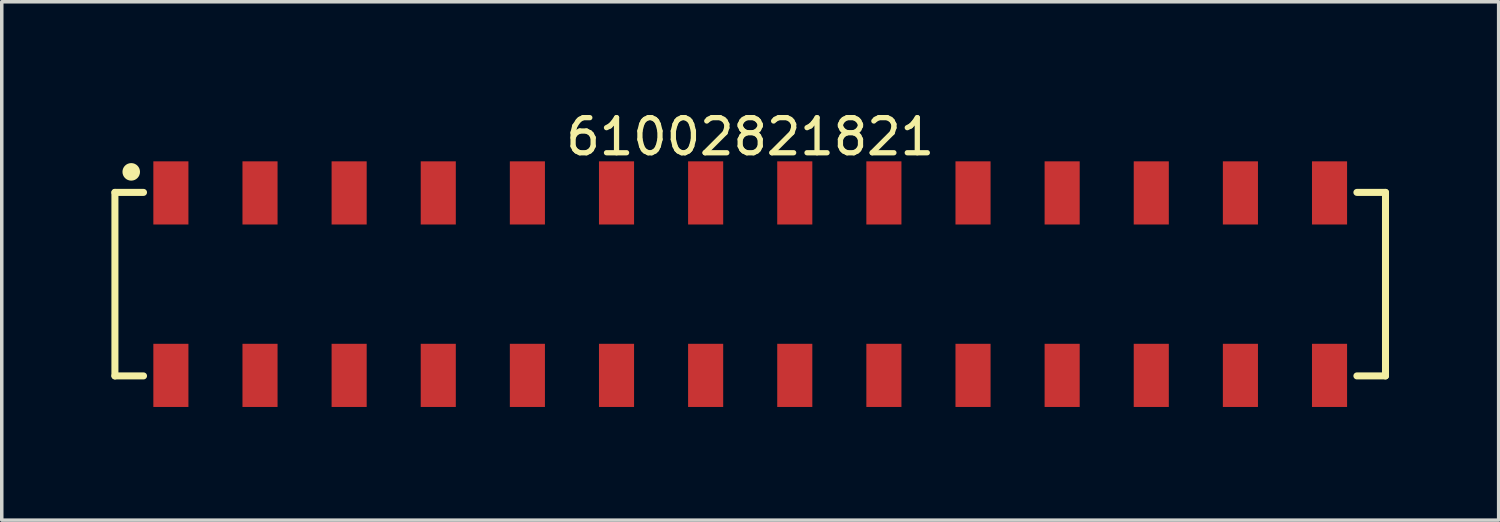
<source format=kicad_pcb>
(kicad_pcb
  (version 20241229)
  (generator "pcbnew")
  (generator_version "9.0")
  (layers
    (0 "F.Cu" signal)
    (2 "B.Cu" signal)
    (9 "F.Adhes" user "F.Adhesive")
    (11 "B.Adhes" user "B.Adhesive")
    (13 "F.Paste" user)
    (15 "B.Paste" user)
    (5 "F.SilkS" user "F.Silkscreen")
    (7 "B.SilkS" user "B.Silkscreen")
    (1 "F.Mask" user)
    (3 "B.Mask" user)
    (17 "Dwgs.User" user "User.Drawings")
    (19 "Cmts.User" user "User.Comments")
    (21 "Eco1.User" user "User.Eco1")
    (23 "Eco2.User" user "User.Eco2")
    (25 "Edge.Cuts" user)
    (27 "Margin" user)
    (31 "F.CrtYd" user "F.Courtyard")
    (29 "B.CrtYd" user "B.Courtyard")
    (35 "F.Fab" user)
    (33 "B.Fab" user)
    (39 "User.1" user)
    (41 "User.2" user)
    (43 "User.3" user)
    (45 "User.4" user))
  (footprint "61002821821"
    (layer "F.Cu")
    (at 18.33 5.048)
    (property "Reference" "61002821821" (at 0 -4.2 0) (layer "F.SilkS") (effects (font (size 1 1) (thickness 0.15))))
    (fp_line (start -18.105 -2.615) (end -17.29 -2.615) (stroke (width 0.2) (type solid)) (layer "F.SilkS"))
    (fp_line (start -18.105 2.615) (end -18.105 -2.615) (stroke (width 0.2) (type solid)) (layer "F.SilkS"))
    (fp_line (start -18.105 2.615) (end -17.29 2.615) (stroke (width 0.2) (type solid)) (layer "F.SilkS"))
    (fp_line (start 17.29 -2.615) (end 18.105 -2.615) (stroke (width 0.2) (type solid)) (layer "F.SilkS"))
    (fp_line (start 17.29 2.615) (end 18.105 2.615) (stroke (width 0.2) (type solid)) (layer "F.SilkS"))
    (fp_line (start 18.105 2.615) (end 18.105 -2.615) (stroke (width 0.2) (type solid)) (layer "F.SilkS"))
    (fp_circle (center -17.64 -3.2) (end -17.64 -3.325) (stroke (width 0.25) (type solid)) (fill no) (layer "F.SilkS"))
    (fp_line (start -18.305 -3.7) (end 18.305 -3.7) (stroke (width 0.05) (type solid)) (layer "Eco2.User"))
    (fp_line (start -18.305 3.7) (end -18.305 -3.7) (stroke (width 0.05) (type solid)) (layer "Eco2.User"))
    (fp_line (start -18.305 3.7) (end 18.305 3.7) (stroke (width 0.05) (type solid)) (layer "Eco2.User"))
    (fp_line (start -18.03 -2.54) (end 18.03 -2.54) (stroke (width 0.1) (type solid)) (layer "Eco2.User"))
    (fp_line (start -18.03 2.54) (end -18.03 -2.54) (stroke (width 0.1) (type solid)) (layer "Eco2.User"))
    (fp_line (start -18.03 2.54) (end 18.03 2.54) (stroke (width 0.1) (type solid)) (layer "Eco2.User"))
    (fp_line (start -16.83 -3.35) (end -16.19 -3.35) (stroke (width 0.1) (type solid)) (layer "Eco2.User"))
    (fp_line (start -16.83 -2.54) (end -16.83 -3.35) (stroke (width 0.1) (type solid)) (layer "Eco2.User"))
    (fp_line (start -16.83 3.35) (end -16.83 2.54) (stroke (width 0.1) (type solid)) (layer "Eco2.User"))
    (fp_line (start -16.83 3.35) (end -16.19 3.35) (stroke (width 0.1) (type solid)) (layer "Eco2.User"))
    (fp_line (start -16.19 -2.54) (end -16.19 -3.35) (stroke (width 0.1) (type solid)) (layer "Eco2.User"))
    (fp_line (start -16.19 3.35) (end -16.19 2.54) (stroke (width 0.1) (type solid)) (layer "Eco2.User"))
    (fp_line (start -14.29 -3.35) (end -13.65 -3.35) (stroke (width 0.1) (type solid)) (layer "Eco2.User"))
    (fp_line (start -14.29 -2.54) (end -14.29 -3.35) (stroke (width 0.1) (type solid)) (layer "Eco2.User"))
    (fp_line (start -14.29 3.35) (end -14.29 2.54) (stroke (width 0.1) (type solid)) (layer "Eco2.User"))
    (fp_line (start -14.29 3.35) (end -13.65 3.35) (stroke (width 0.1) (type solid)) (layer "Eco2.User"))
    (fp_line (start -13.65 -2.54) (end -13.65 -3.35) (stroke (width 0.1) (type solid)) (layer "Eco2.User"))
    (fp_line (start -13.65 3.35) (end -13.65 2.54) (stroke (width 0.1) (type solid)) (layer "Eco2.User"))
    (fp_line (start -11.75 -3.35) (end -11.11 -3.35) (stroke (width 0.1) (type solid)) (layer "Eco2.User"))
    (fp_line (start -11.75 -2.54) (end -11.75 -3.35) (stroke (width 0.1) (type solid)) (layer "Eco2.User"))
    (fp_line (start -11.75 3.35) (end -11.75 2.54) (stroke (width 0.1) (type solid)) (layer "Eco2.User"))
    (fp_line (start -11.75 3.35) (end -11.11 3.35) (stroke (width 0.1) (type solid)) (layer "Eco2.User"))
    (fp_line (start -11.11 -2.54) (end -11.11 -3.35) (stroke (width 0.1) (type solid)) (layer "Eco2.User"))
    (fp_line (start -11.11 3.35) (end -11.11 2.54) (stroke (width 0.1) (type solid)) (layer "Eco2.User"))
    (fp_line (start -9.21 -3.35) (end -8.57 -3.35) (stroke (width 0.1) (type solid)) (layer "Eco2.User"))
    (fp_line (start -9.21 -2.54) (end -9.21 -3.35) (stroke (width 0.1) (type solid)) (layer "Eco2.User"))
    (fp_line (start -9.21 3.35) (end -9.21 2.54) (stroke (width 0.1) (type solid)) (layer "Eco2.User"))
    (fp_line (start -9.21 3.35) (end -8.57 3.35) (stroke (width 0.1) (type solid)) (layer "Eco2.User"))
    (fp_line (start -8.57 -2.54) (end -8.57 -3.35) (stroke (width 0.1) (type solid)) (layer "Eco2.User"))
    (fp_line (start -8.57 3.35) (end -8.57 2.54) (stroke (width 0.1) (type solid)) (layer "Eco2.User"))
    (fp_line (start -6.67 -3.35) (end -6.03 -3.35) (stroke (width 0.1) (type solid)) (layer "Eco2.User"))
    (fp_line (start -6.67 -2.54) (end -6.67 -3.35) (stroke (width 0.1) (type solid)) (layer "Eco2.User"))
    (fp_line (start -6.67 3.35) (end -6.67 2.54) (stroke (width 0.1) (type solid)) (layer "Eco2.User"))
    (fp_line (start -6.67 3.35) (end -6.03 3.35) (stroke (width 0.1) (type solid)) (layer "Eco2.User"))
    (fp_line (start -6.03 -2.54) (end -6.03 -3.35) (stroke (width 0.1) (type solid)) (layer "Eco2.User"))
    (fp_line (start -6.03 3.35) (end -6.03 2.54) (stroke (width 0.1) (type solid)) (layer "Eco2.User"))
    (fp_line (start -4.13 -3.35) (end -3.49 -3.35) (stroke (width 0.1) (type solid)) (layer "Eco2.User"))
    (fp_line (start -4.13 -2.54) (end -4.13 -3.35) (stroke (width 0.1) (type solid)) (layer "Eco2.User"))
    (fp_line (start -4.13 3.35) (end -4.13 2.54) (stroke (width 0.1) (type solid)) (layer "Eco2.User"))
    (fp_line (start -4.13 3.35) (end -3.49 3.35) (stroke (width 0.1) (type solid)) (layer "Eco2.User"))
    (fp_line (start -3.49 -2.54) (end -3.49 -3.35) (stroke (width 0.1) (type solid)) (layer "Eco2.User"))
    (fp_line (start -3.49 3.35) (end -3.49 2.54) (stroke (width 0.1) (type solid)) (layer "Eco2.User"))
    (fp_line (start -1.59 -3.35) (end -0.95 -3.35) (stroke (width 0.1) (type solid)) (layer "Eco2.User"))
    (fp_line (start -1.59 -2.54) (end -1.59 -3.35) (stroke (width 0.1) (type solid)) (layer "Eco2.User"))
    (fp_line (start -1.59 3.35) (end -1.59 2.54) (stroke (width 0.1) (type solid)) (layer "Eco2.User"))
    (fp_line (start -1.59 3.35) (end -0.95 3.35) (stroke (width 0.1) (type solid)) (layer "Eco2.User"))
    (fp_line (start -0.95 -2.54) (end -0.95 -3.35) (stroke (width 0.1) (type solid)) (layer "Eco2.User"))
    (fp_line (start -0.95 3.35) (end -0.95 2.54) (stroke (width 0.1) (type solid)) (layer "Eco2.User"))
    (fp_line (start -0.5 0) (end 0.5 0) (stroke (width 0.05) (type solid)) (layer "Eco2.User"))
    (fp_line (start 0 0.5) (end 0 -0.5) (stroke (width 0.05) (type solid)) (layer "Eco2.User"))
    (fp_line (start 0.95 -3.35) (end 1.59 -3.35) (stroke (width 0.1) (type solid)) (layer "Eco2.User"))
    (fp_line (start 0.95 -2.54) (end 0.95 -3.35) (stroke (width 0.1) (type solid)) (layer "Eco2.User"))
    (fp_line (start 0.95 3.35) (end 0.95 2.54) (stroke (width 0.1) (type solid)) (layer "Eco2.User"))
    (fp_line (start 0.95 3.35) (end 1.59 3.35) (stroke (width 0.1) (type solid)) (layer "Eco2.User"))
    (fp_line (start 1.59 -2.54) (end 1.59 -3.35) (stroke (width 0.1) (type solid)) (layer "Eco2.User"))
    (fp_line (start 1.59 3.35) (end 1.59 2.54) (stroke (width 0.1) (type solid)) (layer "Eco2.User"))
    (fp_line (start 3.49 -3.35) (end 4.13 -3.35) (stroke (width 0.1) (type solid)) (layer "Eco2.User"))
    (fp_line (start 3.49 -2.54) (end 3.49 -3.35) (stroke (width 0.1) (type solid)) (layer "Eco2.User"))
    (fp_line (start 3.49 3.35) (end 3.49 2.54) (stroke (width 0.1) (type solid)) (layer "Eco2.User"))
    (fp_line (start 3.49 3.35) (end 4.13 3.35) (stroke (width 0.1) (type solid)) (layer "Eco2.User"))
    (fp_line (start 4.13 -2.54) (end 4.13 -3.35) (stroke (width 0.1) (type solid)) (layer "Eco2.User"))
    (fp_line (start 4.13 3.35) (end 4.13 2.54) (stroke (width 0.1) (type solid)) (layer "Eco2.User"))
    (fp_line (start 6.03 -3.35) (end 6.67 -3.35) (stroke (width 0.1) (type solid)) (layer "Eco2.User"))
    (fp_line (start 6.03 -2.54) (end 6.03 -3.35) (stroke (width 0.1) (type solid)) (layer "Eco2.User"))
    (fp_line (start 6.03 3.35) (end 6.03 2.54) (stroke (width 0.1) (type solid)) (layer "Eco2.User"))
    (fp_line (start 6.03 3.35) (end 6.67 3.35) (stroke (width 0.1) (type solid)) (layer "Eco2.User"))
    (fp_line (start 6.67 -2.54) (end 6.67 -3.35) (stroke (width 0.1) (type solid)) (layer "Eco2.User"))
    (fp_line (start 6.67 3.35) (end 6.67 2.54) (stroke (width 0.1) (type solid)) (layer "Eco2.User"))
    (fp_line (start 8.57 -3.35) (end 9.21 -3.35) (stroke (width 0.1) (type solid)) (layer "Eco2.User"))
    (fp_line (start 8.57 -2.54) (end 8.57 -3.35) (stroke (width 0.1) (type solid)) (layer "Eco2.User"))
    (fp_line (start 8.57 3.35) (end 8.57 2.54) (stroke (width 0.1) (type solid)) (layer "Eco2.User"))
    (fp_line (start 8.57 3.35) (end 9.21 3.35) (stroke (width 0.1) (type solid)) (layer "Eco2.User"))
    (fp_line (start 9.21 -2.54) (end 9.21 -3.35) (stroke (width 0.1) (type solid)) (layer "Eco2.User"))
    (fp_line (start 9.21 3.35) (end 9.21 2.54) (stroke (width 0.1) (type solid)) (layer "Eco2.User"))
    (fp_line (start 11.11 -3.35) (end 11.75 -3.35) (stroke (width 0.1) (type solid)) (layer "Eco2.User"))
    (fp_line (start 11.11 -2.54) (end 11.11 -3.35) (stroke (width 0.1) (type solid)) (layer "Eco2.User"))
    (fp_line (start 11.11 3.35) (end 11.11 2.54) (stroke (width 0.1) (type solid)) (layer "Eco2.User"))
    (fp_line (start 11.11 3.35) (end 11.75 3.35) (stroke (width 0.1) (type solid)) (layer "Eco2.User"))
    (fp_line (start 11.75 -2.54) (end 11.75 -3.35) (stroke (width 0.1) (type solid)) (layer "Eco2.User"))
    (fp_line (start 11.75 3.35) (end 11.75 2.54) (stroke (width 0.1) (type solid)) (layer "Eco2.User"))
    (fp_line (start 13.65 -3.35) (end 14.29 -3.35) (stroke (width 0.1) (type solid)) (layer "Eco2.User"))
    (fp_line (start 13.65 -2.54) (end 13.65 -3.35) (stroke (width 0.1) (type solid)) (layer "Eco2.User"))
    (fp_line (start 13.65 3.35) (end 13.65 2.54) (stroke (width 0.1) (type solid)) (layer "Eco2.User"))
    (fp_line (start 13.65 3.35) (end 14.29 3.35) (stroke (width 0.1) (type solid)) (layer "Eco2.User"))
    (fp_line (start 14.29 -2.54) (end 14.29 -3.35) (stroke (width 0.1) (type solid)) (layer "Eco2.User"))
    (fp_line (start 14.29 3.35) (end 14.29 2.54) (stroke (width 0.1) (type solid)) (layer "Eco2.User"))
    (fp_line (start 16.19 -3.35) (end 16.83 -3.35) (stroke (width 0.1) (type solid)) (layer "Eco2.User"))
    (fp_line (start 16.19 -2.54) (end 16.19 -3.35) (stroke (width 0.1) (type solid)) (layer "Eco2.User"))
    (fp_line (start 16.19 3.35) (end 16.19 2.54) (stroke (width 0.1) (type solid)) (layer "Eco2.User"))
    (fp_line (start 16.19 3.35) (end 16.83 3.35) (stroke (width 0.1) (type solid)) (layer "Eco2.User"))
    (fp_line (start 16.83 -2.54) (end 16.83 -3.35) (stroke (width 0.1) (type solid)) (layer "Eco2.User"))
    (fp_line (start 16.83 3.35) (end 16.83 2.54) (stroke (width 0.1) (type solid)) (layer "Eco2.User"))
    (fp_line (start 18.03 2.54) (end 18.03 -2.54) (stroke (width 0.1) (type solid)) (layer "Eco2.User"))
    (fp_line (start 18.305 3.7) (end 18.305 -3.7) (stroke (width 0.05) (type solid)) (layer "Eco2.User"))
    (fp_text user "${REFERENCE}" (at 0.15 -0.197 0) (unlocked yes) (layer "User.3") (effects (font (size 1.5 1.5) (thickness 0.15))))
    (pad "1" smd rect (at -16.51 -2.6) (size 1 1.8) (layers "F.Cu" "F.Mask" "F.Paste"))
    (pad "2" smd rect (at -16.51 2.6) (size 1 1.8) (layers "F.Cu" "F.Mask" "F.Paste"))
    (pad "3" smd rect (at -13.97 -2.6) (size 1 1.8) (layers "F.Cu" "F.Mask" "F.Paste"))
    (pad "4" smd rect (at -13.97 2.6) (size 1 1.8) (layers "F.Cu" "F.Mask" "F.Paste"))
    (pad "5" smd rect (at -11.43 -2.6) (size 1 1.8) (layers "F.Cu" "F.Mask" "F.Paste"))
    (pad "6" smd rect (at -11.43 2.6) (size 1 1.8) (layers "F.Cu" "F.Mask" "F.Paste"))
    (pad "7" smd rect (at -8.89 -2.6) (size 1 1.8) (layers "F.Cu" "F.Mask" "F.Paste"))
    (pad "8" smd rect (at -8.89 2.6) (size 1 1.8) (layers "F.Cu" "F.Mask" "F.Paste"))
    (pad "9" smd rect (at -6.35 -2.6) (size 1 1.8) (layers "F.Cu" "F.Mask" "F.Paste"))
    (pad "10" smd rect (at -6.35 2.6) (size 1 1.8) (layers "F.Cu" "F.Mask" "F.Paste"))
    (pad "11" smd rect (at -3.81 -2.6) (size 1 1.8) (layers "F.Cu" "F.Mask" "F.Paste"))
    (pad "12" smd rect (at -3.81 2.6) (size 1 1.8) (layers "F.Cu" "F.Mask" "F.Paste"))
    (pad "13" smd rect (at -1.27 -2.6) (size 1 1.8) (layers "F.Cu" "F.Mask" "F.Paste"))
    (pad "14" smd rect (at -1.27 2.6) (size 1 1.8) (layers "F.Cu" "F.Mask" "F.Paste"))
    (pad "15" smd rect (at 1.27 -2.6) (size 1 1.8) (layers "F.Cu" "F.Mask" "F.Paste"))
    (pad "16" smd rect (at 1.27 2.6) (size 1 1.8) (layers "F.Cu" "F.Mask" "F.Paste"))
    (pad "17" smd rect (at 3.81 -2.6) (size 1 1.8) (layers "F.Cu" "F.Mask" "F.Paste"))
    (pad "18" smd rect (at 3.81 2.6) (size 1 1.8) (layers "F.Cu" "F.Mask" "F.Paste"))
    (pad "19" smd rect (at 6.35 -2.6) (size 1 1.8) (layers "F.Cu" "F.Mask" "F.Paste"))
    (pad "20" smd rect (at 6.35 2.6) (size 1 1.8) (layers "F.Cu" "F.Mask" "F.Paste"))
    (pad "21" smd rect (at 8.89 -2.6) (size 1 1.8) (layers "F.Cu" "F.Mask" "F.Paste"))
    (pad "22" smd rect (at 8.89 2.6) (size 1 1.8) (layers "F.Cu" "F.Mask" "F.Paste"))
    (pad "23" smd rect (at 11.43 -2.6) (size 1 1.8) (layers "F.Cu" "F.Mask" "F.Paste"))
    (pad "24" smd rect (at 11.43 2.6) (size 1 1.8) (layers "F.Cu" "F.Mask" "F.Paste"))
    (pad "25" smd rect (at 13.97 -2.6) (size 1 1.8) (layers "F.Cu" "F.Mask" "F.Paste"))
    (pad "26" smd rect (at 13.97 2.6) (size 1 1.8) (layers "F.Cu" "F.Mask" "F.Paste"))
    (pad "27" smd rect (at 16.51 -2.6) (size 1 1.8) (layers "F.Cu" "F.Mask" "F.Paste"))
    (pad "28" smd rect (at 16.51 2.6) (size 1 1.8) (layers "F.Cu" "F.Mask" "F.Paste")))
  (gr_rect
    (start -3 -3)
    (end 39.66 11.773)
    (stroke (width 0.1) (type default))
    (fill no)
    (layer "Edge.Cuts")))
</source>
